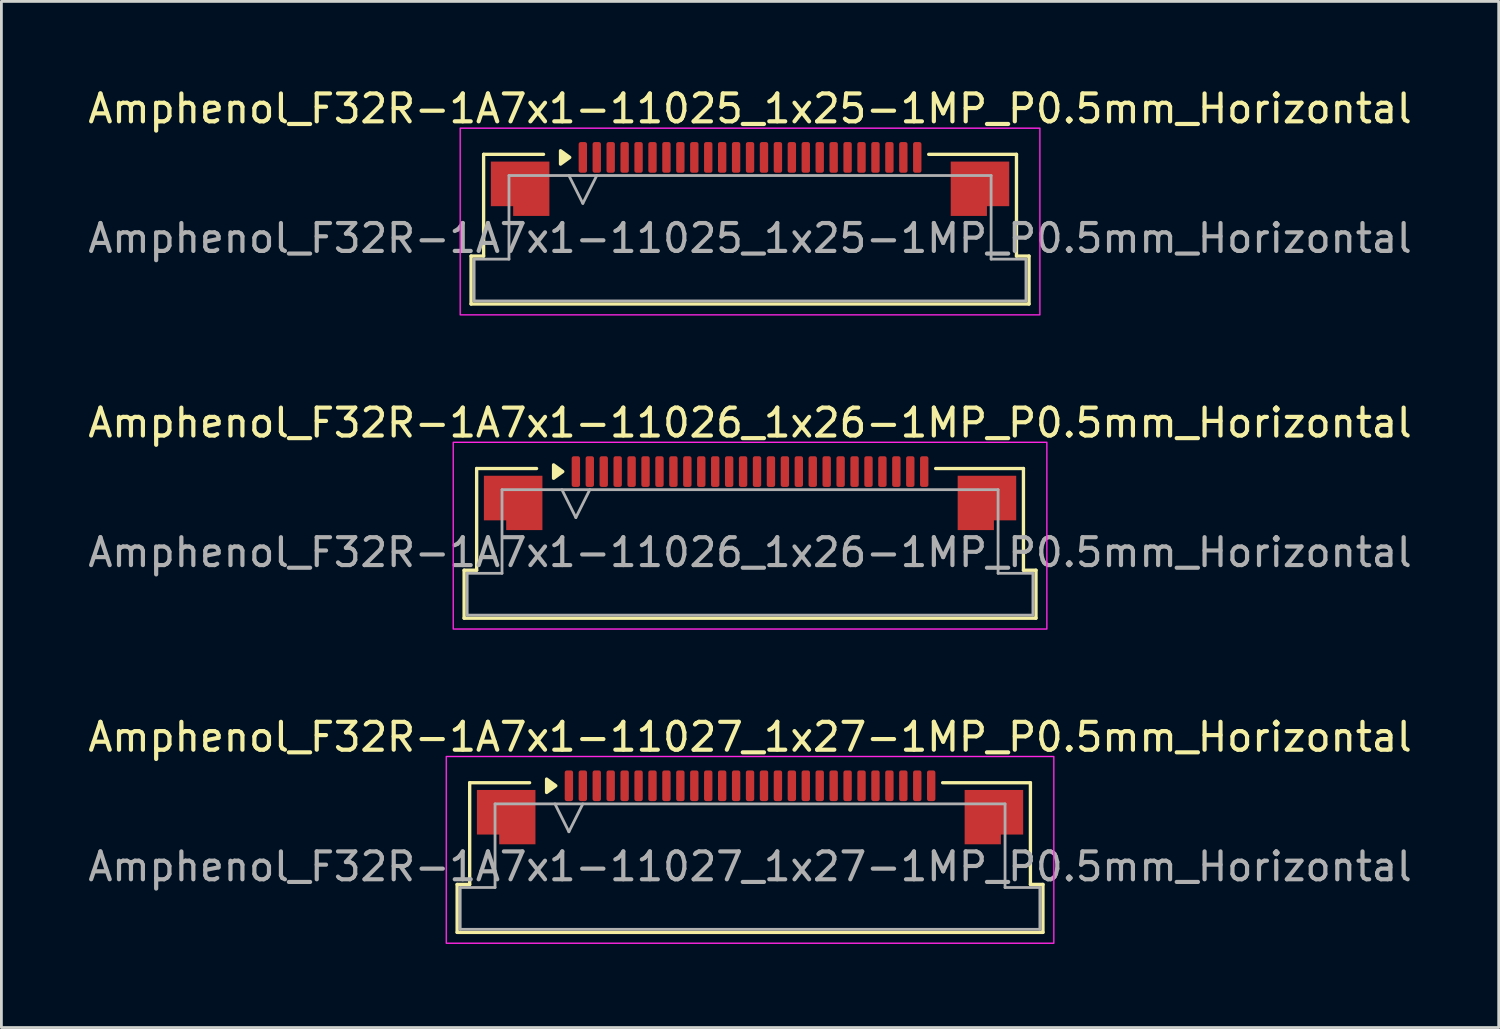
<source format=kicad_pcb>
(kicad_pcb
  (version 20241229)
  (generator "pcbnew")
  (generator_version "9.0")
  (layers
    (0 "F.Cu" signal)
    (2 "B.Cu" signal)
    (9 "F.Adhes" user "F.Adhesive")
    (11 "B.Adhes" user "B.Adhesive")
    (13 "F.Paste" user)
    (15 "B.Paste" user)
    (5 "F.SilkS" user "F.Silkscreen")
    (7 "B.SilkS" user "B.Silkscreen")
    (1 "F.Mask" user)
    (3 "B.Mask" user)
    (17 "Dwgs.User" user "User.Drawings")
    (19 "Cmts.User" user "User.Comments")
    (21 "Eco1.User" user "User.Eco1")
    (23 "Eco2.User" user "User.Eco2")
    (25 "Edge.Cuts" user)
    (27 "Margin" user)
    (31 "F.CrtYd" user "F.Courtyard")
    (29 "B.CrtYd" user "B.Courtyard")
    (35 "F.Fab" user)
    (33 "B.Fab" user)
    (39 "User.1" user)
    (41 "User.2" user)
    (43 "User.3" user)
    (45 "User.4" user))
  (footprint "Amphenol_F32R-1A7x1-11025_1x25-1MP_P0.5mm_Horizontal"
    (layer "F.Cu")
    (at 23.863 5.498)
    (property "Reference" "Amphenol_F32R-1A7x1-11025_1x25-1MP_P0.5mm_Horizontal" (at 0 -4.65 0) (layer "F.SilkS") (effects (font (size 1 1) (thickness 0.15))))
    (attr smd)
    (fp_line (start -10.01 0.64) (end -9.56 0.64) (stroke (width 0.12) (type solid)) (layer "F.SilkS"))
    (fp_line (start -10.01 2.36) (end -10.01 0.64) (stroke (width 0.12) (type solid)) (layer "F.SilkS"))
    (fp_line (start -9.56 -3.01) (end -7.41 -3.01) (stroke (width 0.12) (type solid)) (layer "F.SilkS"))
    (fp_line (start -9.56 0.64) (end -9.56 -3.01) (stroke (width 0.12) (type solid)) (layer "F.SilkS"))
    (fp_line (start 6.41 -3.01) (end 9.56 -3.01) (stroke (width 0.12) (type solid)) (layer "F.SilkS"))
    (fp_line (start 9.56 -3.01) (end 9.56 0.64) (stroke (width 0.12) (type solid)) (layer "F.SilkS"))
    (fp_line (start 9.56 0.64) (end 10.01 0.64) (stroke (width 0.12) (type solid)) (layer "F.SilkS"))
    (fp_line (start 10.01 0.64) (end 10.01 2.36) (stroke (width 0.12) (type solid)) (layer "F.SilkS"))
    (fp_line (start 10.01 2.36) (end -10.01 2.36) (stroke (width 0.12) (type solid)) (layer "F.SilkS"))
    (fp_poly (pts (xy -6.47 -2.9) (xy -6.8 -2.66) (xy -6.8 -3.14)) (stroke (width 0.12) (type solid)) (fill yes) (layer "F.SilkS"))
    (fp_rect (start -10.4 -3.95) (end 10.4 2.75) (stroke (width 0.05) (type solid)) (fill no) (layer "F.CrtYd"))
    (fp_line (start -9.9 0.75) (end -8.65 0.75) (stroke (width 0.1) (type solid)) (layer "F.Fab"))
    (fp_line (start -9.9 2.25) (end -9.9 0.75) (stroke (width 0.1) (type solid)) (layer "F.Fab"))
    (fp_line (start -8.65 -2.25) (end 8.65 -2.25) (stroke (width 0.1) (type solid)) (layer "F.Fab"))
    (fp_line (start -8.65 0.75) (end -8.65 -2.25) (stroke (width 0.1) (type solid)) (layer "F.Fab"))
    (fp_line (start -6.5 -2.25) (end -6 -1.25) (stroke (width 0.1) (type solid)) (layer "F.Fab"))
    (fp_line (start -6 -1.25) (end -5.5 -2.25) (stroke (width 0.1) (type solid)) (layer "F.Fab"))
    (fp_line (start 8.65 -2.25) (end 8.65 0.75) (stroke (width 0.1) (type solid)) (layer "F.Fab"))
    (fp_line (start 8.65 0.75) (end 9.9 0.75) (stroke (width 0.1) (type solid)) (layer "F.Fab"))
    (fp_line (start 9.9 0.75) (end 9.9 2.25) (stroke (width 0.1) (type solid)) (layer "F.Fab"))
    (fp_line (start 9.9 2.25) (end -9.9 2.25) (stroke (width 0.1) (type solid)) (layer "F.Fab"))
    (fp_text user "${REFERENCE}" (at 0 0 0) (layer "F.Fab") (effects (font (size 1 1) (thickness 0.15))))
    (pad "1" smd roundrect (at -6 -2.9) (size 0.3 1.1) (layers "F.Cu" "F.Mask" "F.Paste") (roundrect_rratio 0.25))
    (pad "2" smd roundrect (at -5.5 -2.9) (size 0.3 1.1) (layers "F.Cu" "F.Mask" "F.Paste") (roundrect_rratio 0.25))
    (pad "3" smd roundrect (at -5 -2.9) (size 0.3 1.1) (layers "F.Cu" "F.Mask" "F.Paste") (roundrect_rratio 0.25))
    (pad "4" smd roundrect (at -4.5 -2.9) (size 0.3 1.1) (layers "F.Cu" "F.Mask" "F.Paste") (roundrect_rratio 0.25))
    (pad "5" smd roundrect (at -4 -2.9) (size 0.3 1.1) (layers "F.Cu" "F.Mask" "F.Paste") (roundrect_rratio 0.25))
    (pad "6" smd roundrect (at -3.5 -2.9) (size 0.3 1.1) (layers "F.Cu" "F.Mask" "F.Paste") (roundrect_rratio 0.25))
    (pad "7" smd roundrect (at -3 -2.9) (size 0.3 1.1) (layers "F.Cu" "F.Mask" "F.Paste") (roundrect_rratio 0.25))
    (pad "8" smd roundrect (at -2.5 -2.9) (size 0.3 1.1) (layers "F.Cu" "F.Mask" "F.Paste") (roundrect_rratio 0.25))
    (pad "9" smd roundrect (at -2 -2.9) (size 0.3 1.1) (layers "F.Cu" "F.Mask" "F.Paste") (roundrect_rratio 0.25))
    (pad "10" smd roundrect (at -1.5 -2.9) (size 0.3 1.1) (layers "F.Cu" "F.Mask" "F.Paste") (roundrect_rratio 0.25))
    (pad "11" smd roundrect (at -1 -2.9) (size 0.3 1.1) (layers "F.Cu" "F.Mask" "F.Paste") (roundrect_rratio 0.25))
    (pad "12" smd roundrect (at -0.5 -2.9) (size 0.3 1.1) (layers "F.Cu" "F.Mask" "F.Paste") (roundrect_rratio 0.25))
    (pad "13" smd roundrect (at 0 -2.9) (size 0.3 1.1) (layers "F.Cu" "F.Mask" "F.Paste") (roundrect_rratio 0.25))
    (pad "14" smd roundrect (at 0.5 -2.9) (size 0.3 1.1) (layers "F.Cu" "F.Mask" "F.Paste") (roundrect_rratio 0.25))
    (pad "15" smd roundrect (at 1 -2.9) (size 0.3 1.1) (layers "F.Cu" "F.Mask" "F.Paste") (roundrect_rratio 0.25))
    (pad "16" smd roundrect (at 1.5 -2.9) (size 0.3 1.1) (layers "F.Cu" "F.Mask" "F.Paste") (roundrect_rratio 0.25))
    (pad "17" smd roundrect (at 2 -2.9) (size 0.3 1.1) (layers "F.Cu" "F.Mask" "F.Paste") (roundrect_rratio 0.25))
    (pad "18" smd roundrect (at 2.5 -2.9) (size 0.3 1.1) (layers "F.Cu" "F.Mask" "F.Paste") (roundrect_rratio 0.25))
    (pad "19" smd roundrect (at 3 -2.9) (size 0.3 1.1) (layers "F.Cu" "F.Mask" "F.Paste") (roundrect_rratio 0.25))
    (pad "20" smd roundrect (at 3.5 -2.9) (size 0.3 1.1) (layers "F.Cu" "F.Mask" "F.Paste") (roundrect_rratio 0.25))
    (pad "21" smd roundrect (at 4 -2.9) (size 0.3 1.1) (layers "F.Cu" "F.Mask" "F.Paste") (roundrect_rratio 0.25))
    (pad "22" smd roundrect (at 4.5 -2.9) (size 0.3 1.1) (layers "F.Cu" "F.Mask" "F.Paste") (roundrect_rratio 0.25))
    (pad "23" smd roundrect (at 5 -2.9) (size 0.3 1.1) (layers "F.Cu" "F.Mask" "F.Paste") (roundrect_rratio 0.25))
    (pad "24" smd roundrect (at 5.5 -2.9) (size 0.3 1.1) (layers "F.Cu" "F.Mask" "F.Paste") (roundrect_rratio 0.25))
    (pad "25" smd roundrect (at 6 -2.9) (size 0.3 1.1) (layers "F.Cu" "F.Mask" "F.Paste") (roundrect_rratio 0.25))
    (pad "MP" smd custom (at -8.25 -1.775) (size 1 1) (layers "F.Cu" "F.Mask" "F.Paste") (options (anchor circle)) (primitives (gr_poly (pts (xy 1.05 -0.975) (xy 1.05 0.975) (xy -0.25 0.975) (xy -0.25 0.625) (xy -1.05 0.625) (xy -1.05 -0.975)) (width 0) (fill yes))))
    (pad "MP" smd custom (at 8.25 -1.775) (size 1 1) (layers "F.Cu" "F.Mask" "F.Paste") (options (anchor circle)) (primitives (gr_poly (pts (xy -1.05 -0.975) (xy -1.05 0.975) (xy 0.25 0.975) (xy 0.25 0.625) (xy 1.05 0.625) (xy 1.05 -0.975)) (width 0) (fill yes)))))
  (footprint "Amphenol_F32R-1A7x1-11026_1x26-1MP_P0.5mm_Horizontal"
    (layer "F.Cu")
    (at 23.863 16.771)
    (property "Reference" "Amphenol_F32R-1A7x1-11026_1x26-1MP_P0.5mm_Horizontal" (at 0 -4.65 0) (layer "F.SilkS") (effects (font (size 1 1) (thickness 0.15))))
    (attr smd)
    (fp_line (start -10.26 0.64) (end -9.81 0.64) (stroke (width 0.12) (type solid)) (layer "F.SilkS"))
    (fp_line (start -10.26 2.36) (end -10.26 0.64) (stroke (width 0.12) (type solid)) (layer "F.SilkS"))
    (fp_line (start -9.81 -3.01) (end -7.66 -3.01) (stroke (width 0.12) (type solid)) (layer "F.SilkS"))
    (fp_line (start -9.81 0.64) (end -9.81 -3.01) (stroke (width 0.12) (type solid)) (layer "F.SilkS"))
    (fp_line (start 6.66 -3.01) (end 9.81 -3.01) (stroke (width 0.12) (type solid)) (layer "F.SilkS"))
    (fp_line (start 9.81 -3.01) (end 9.81 0.64) (stroke (width 0.12) (type solid)) (layer "F.SilkS"))
    (fp_line (start 9.81 0.64) (end 10.26 0.64) (stroke (width 0.12) (type solid)) (layer "F.SilkS"))
    (fp_line (start 10.26 0.64) (end 10.26 2.36) (stroke (width 0.12) (type solid)) (layer "F.SilkS"))
    (fp_line (start 10.26 2.36) (end -10.26 2.36) (stroke (width 0.12) (type solid)) (layer "F.SilkS"))
    (fp_poly (pts (xy -6.72 -2.9) (xy -7.05 -2.66) (xy -7.05 -3.14)) (stroke (width 0.12) (type solid)) (fill yes) (layer "F.SilkS"))
    (fp_rect (start -10.65 -3.95) (end 10.65 2.75) (stroke (width 0.05) (type solid)) (fill no) (layer "F.CrtYd"))
    (fp_line (start -10.15 0.75) (end -8.9 0.75) (stroke (width 0.1) (type solid)) (layer "F.Fab"))
    (fp_line (start -10.15 2.25) (end -10.15 0.75) (stroke (width 0.1) (type solid)) (layer "F.Fab"))
    (fp_line (start -8.9 -2.25) (end 8.9 -2.25) (stroke (width 0.1) (type solid)) (layer "F.Fab"))
    (fp_line (start -8.9 0.75) (end -8.9 -2.25) (stroke (width 0.1) (type solid)) (layer "F.Fab"))
    (fp_line (start -6.75 -2.25) (end -6.25 -1.25) (stroke (width 0.1) (type solid)) (layer "F.Fab"))
    (fp_line (start -6.25 -1.25) (end -5.75 -2.25) (stroke (width 0.1) (type solid)) (layer "F.Fab"))
    (fp_line (start 8.9 -2.25) (end 8.9 0.75) (stroke (width 0.1) (type solid)) (layer "F.Fab"))
    (fp_line (start 8.9 0.75) (end 10.15 0.75) (stroke (width 0.1) (type solid)) (layer "F.Fab"))
    (fp_line (start 10.15 0.75) (end 10.15 2.25) (stroke (width 0.1) (type solid)) (layer "F.Fab"))
    (fp_line (start 10.15 2.25) (end -10.15 2.25) (stroke (width 0.1) (type solid)) (layer "F.Fab"))
    (fp_text user "${REFERENCE}" (at 0 0 0) (layer "F.Fab") (effects (font (size 1 1) (thickness 0.15))))
    (pad "1" smd roundrect (at -6.25 -2.9) (size 0.3 1.1) (layers "F.Cu" "F.Mask" "F.Paste") (roundrect_rratio 0.25))
    (pad "2" smd roundrect (at -5.75 -2.9) (size 0.3 1.1) (layers "F.Cu" "F.Mask" "F.Paste") (roundrect_rratio 0.25))
    (pad "3" smd roundrect (at -5.25 -2.9) (size 0.3 1.1) (layers "F.Cu" "F.Mask" "F.Paste") (roundrect_rratio 0.25))
    (pad "4" smd roundrect (at -4.75 -2.9) (size 0.3 1.1) (layers "F.Cu" "F.Mask" "F.Paste") (roundrect_rratio 0.25))
    (pad "5" smd roundrect (at -4.25 -2.9) (size 0.3 1.1) (layers "F.Cu" "F.Mask" "F.Paste") (roundrect_rratio 0.25))
    (pad "6" smd roundrect (at -3.75 -2.9) (size 0.3 1.1) (layers "F.Cu" "F.Mask" "F.Paste") (roundrect_rratio 0.25))
    (pad "7" smd roundrect (at -3.25 -2.9) (size 0.3 1.1) (layers "F.Cu" "F.Mask" "F.Paste") (roundrect_rratio 0.25))
    (pad "8" smd roundrect (at -2.75 -2.9) (size 0.3 1.1) (layers "F.Cu" "F.Mask" "F.Paste") (roundrect_rratio 0.25))
    (pad "9" smd roundrect (at -2.25 -2.9) (size 0.3 1.1) (layers "F.Cu" "F.Mask" "F.Paste") (roundrect_rratio 0.25))
    (pad "10" smd roundrect (at -1.75 -2.9) (size 0.3 1.1) (layers "F.Cu" "F.Mask" "F.Paste") (roundrect_rratio 0.25))
    (pad "11" smd roundrect (at -1.25 -2.9) (size 0.3 1.1) (layers "F.Cu" "F.Mask" "F.Paste") (roundrect_rratio 0.25))
    (pad "12" smd roundrect (at -0.75 -2.9) (size 0.3 1.1) (layers "F.Cu" "F.Mask" "F.Paste") (roundrect_rratio 0.25))
    (pad "13" smd roundrect (at -0.25 -2.9) (size 0.3 1.1) (layers "F.Cu" "F.Mask" "F.Paste") (roundrect_rratio 0.25))
    (pad "14" smd roundrect (at 0.25 -2.9) (size 0.3 1.1) (layers "F.Cu" "F.Mask" "F.Paste") (roundrect_rratio 0.25))
    (pad "15" smd roundrect (at 0.75 -2.9) (size 0.3 1.1) (layers "F.Cu" "F.Mask" "F.Paste") (roundrect_rratio 0.25))
    (pad "16" smd roundrect (at 1.25 -2.9) (size 0.3 1.1) (layers "F.Cu" "F.Mask" "F.Paste") (roundrect_rratio 0.25))
    (pad "17" smd roundrect (at 1.75 -2.9) (size 0.3 1.1) (layers "F.Cu" "F.Mask" "F.Paste") (roundrect_rratio 0.25))
    (pad "18" smd roundrect (at 2.25 -2.9) (size 0.3 1.1) (layers "F.Cu" "F.Mask" "F.Paste") (roundrect_rratio 0.25))
    (pad "19" smd roundrect (at 2.75 -2.9) (size 0.3 1.1) (layers "F.Cu" "F.Mask" "F.Paste") (roundrect_rratio 0.25))
    (pad "20" smd roundrect (at 3.25 -2.9) (size 0.3 1.1) (layers "F.Cu" "F.Mask" "F.Paste") (roundrect_rratio 0.25))
    (pad "21" smd roundrect (at 3.75 -2.9) (size 0.3 1.1) (layers "F.Cu" "F.Mask" "F.Paste") (roundrect_rratio 0.25))
    (pad "22" smd roundrect (at 4.25 -2.9) (size 0.3 1.1) (layers "F.Cu" "F.Mask" "F.Paste") (roundrect_rratio 0.25))
    (pad "23" smd roundrect (at 4.75 -2.9) (size 0.3 1.1) (layers "F.Cu" "F.Mask" "F.Paste") (roundrect_rratio 0.25))
    (pad "24" smd roundrect (at 5.25 -2.9) (size 0.3 1.1) (layers "F.Cu" "F.Mask" "F.Paste") (roundrect_rratio 0.25))
    (pad "25" smd roundrect (at 5.75 -2.9) (size 0.3 1.1) (layers "F.Cu" "F.Mask" "F.Paste") (roundrect_rratio 0.25))
    (pad "26" smd roundrect (at 6.25 -2.9) (size 0.3 1.1) (layers "F.Cu" "F.Mask" "F.Paste") (roundrect_rratio 0.25))
    (pad "MP" smd custom (at -8.5 -1.775) (size 1 1) (layers "F.Cu" "F.Mask" "F.Paste") (options (anchor circle)) (primitives (gr_poly (pts (xy 1.05 -0.975) (xy 1.05 0.975) (xy -0.25 0.975) (xy -0.25 0.625) (xy -1.05 0.625) (xy -1.05 -0.975)) (width 0) (fill yes))))
    (pad "MP" smd custom (at 8.5 -1.775) (size 1 1) (layers "F.Cu" "F.Mask" "F.Paste") (options (anchor circle)) (primitives (gr_poly (pts (xy -1.05 -0.975) (xy -1.05 0.975) (xy 0.25 0.975) (xy 0.25 0.625) (xy 1.05 0.625) (xy 1.05 -0.975)) (width 0) (fill yes)))))
  (footprint "Amphenol_F32R-1A7x1-11027_1x27-1MP_P0.5mm_Horizontal"
    (layer "F.Cu")
    (at 23.863 28.045)
    (property "Reference" "Amphenol_F32R-1A7x1-11027_1x27-1MP_P0.5mm_Horizontal" (at 0 -4.65 0) (layer "F.SilkS") (effects (font (size 1 1) (thickness 0.15))))
    (attr smd)
    (fp_line (start -10.51 0.64) (end -10.06 0.64) (stroke (width 0.12) (type solid)) (layer "F.SilkS"))
    (fp_line (start -10.51 2.36) (end -10.51 0.64) (stroke (width 0.12) (type solid)) (layer "F.SilkS"))
    (fp_line (start -10.06 -3.01) (end -7.91 -3.01) (stroke (width 0.12) (type solid)) (layer "F.SilkS"))
    (fp_line (start -10.06 0.64) (end -10.06 -3.01) (stroke (width 0.12) (type solid)) (layer "F.SilkS"))
    (fp_line (start 6.91 -3.01) (end 10.06 -3.01) (stroke (width 0.12) (type solid)) (layer "F.SilkS"))
    (fp_line (start 10.06 -3.01) (end 10.06 0.64) (stroke (width 0.12) (type solid)) (layer "F.SilkS"))
    (fp_line (start 10.06 0.64) (end 10.51 0.64) (stroke (width 0.12) (type solid)) (layer "F.SilkS"))
    (fp_line (start 10.51 0.64) (end 10.51 2.36) (stroke (width 0.12) (type solid)) (layer "F.SilkS"))
    (fp_line (start 10.51 2.36) (end -10.51 2.36) (stroke (width 0.12) (type solid)) (layer "F.SilkS"))
    (fp_poly (pts (xy -6.97 -2.9) (xy -7.3 -2.66) (xy -7.3 -3.14)) (stroke (width 0.12) (type solid)) (fill yes) (layer "F.SilkS"))
    (fp_rect (start -10.9 -3.95) (end 10.9 2.75) (stroke (width 0.05) (type solid)) (fill no) (layer "F.CrtYd"))
    (fp_line (start -10.4 0.75) (end -9.15 0.75) (stroke (width 0.1) (type solid)) (layer "F.Fab"))
    (fp_line (start -10.4 2.25) (end -10.4 0.75) (stroke (width 0.1) (type solid)) (layer "F.Fab"))
    (fp_line (start -9.15 -2.25) (end 9.15 -2.25) (stroke (width 0.1) (type solid)) (layer "F.Fab"))
    (fp_line (start -9.15 0.75) (end -9.15 -2.25) (stroke (width 0.1) (type solid)) (layer "F.Fab"))
    (fp_line (start -7 -2.25) (end -6.5 -1.25) (stroke (width 0.1) (type solid)) (layer "F.Fab"))
    (fp_line (start -6.5 -1.25) (end -6 -2.25) (stroke (width 0.1) (type solid)) (layer "F.Fab"))
    (fp_line (start 9.15 -2.25) (end 9.15 0.75) (stroke (width 0.1) (type solid)) (layer "F.Fab"))
    (fp_line (start 9.15 0.75) (end 10.4 0.75) (stroke (width 0.1) (type solid)) (layer "F.Fab"))
    (fp_line (start 10.4 0.75) (end 10.4 2.25) (stroke (width 0.1) (type solid)) (layer "F.Fab"))
    (fp_line (start 10.4 2.25) (end -10.4 2.25) (stroke (width 0.1) (type solid)) (layer "F.Fab"))
    (fp_text user "${REFERENCE}" (at 0 0 0) (layer "F.Fab") (effects (font (size 1 1) (thickness 0.15))))
    (pad "1" smd roundrect (at -6.5 -2.9) (size 0.3 1.1) (layers "F.Cu" "F.Mask" "F.Paste") (roundrect_rratio 0.25))
    (pad "2" smd roundrect (at -6 -2.9) (size 0.3 1.1) (layers "F.Cu" "F.Mask" "F.Paste") (roundrect_rratio 0.25))
    (pad "3" smd roundrect (at -5.5 -2.9) (size 0.3 1.1) (layers "F.Cu" "F.Mask" "F.Paste") (roundrect_rratio 0.25))
    (pad "4" smd roundrect (at -5 -2.9) (size 0.3 1.1) (layers "F.Cu" "F.Mask" "F.Paste") (roundrect_rratio 0.25))
    (pad "5" smd roundrect (at -4.5 -2.9) (size 0.3 1.1) (layers "F.Cu" "F.Mask" "F.Paste") (roundrect_rratio 0.25))
    (pad "6" smd roundrect (at -4 -2.9) (size 0.3 1.1) (layers "F.Cu" "F.Mask" "F.Paste") (roundrect_rratio 0.25))
    (pad "7" smd roundrect (at -3.5 -2.9) (size 0.3 1.1) (layers "F.Cu" "F.Mask" "F.Paste") (roundrect_rratio 0.25))
    (pad "8" smd roundrect (at -3 -2.9) (size 0.3 1.1) (layers "F.Cu" "F.Mask" "F.Paste") (roundrect_rratio 0.25))
    (pad "9" smd roundrect (at -2.5 -2.9) (size 0.3 1.1) (layers "F.Cu" "F.Mask" "F.Paste") (roundrect_rratio 0.25))
    (pad "10" smd roundrect (at -2 -2.9) (size 0.3 1.1) (layers "F.Cu" "F.Mask" "F.Paste") (roundrect_rratio 0.25))
    (pad "11" smd roundrect (at -1.5 -2.9) (size 0.3 1.1) (layers "F.Cu" "F.Mask" "F.Paste") (roundrect_rratio 0.25))
    (pad "12" smd roundrect (at -1 -2.9) (size 0.3 1.1) (layers "F.Cu" "F.Mask" "F.Paste") (roundrect_rratio 0.25))
    (pad "13" smd roundrect (at -0.5 -2.9) (size 0.3 1.1) (layers "F.Cu" "F.Mask" "F.Paste") (roundrect_rratio 0.25))
    (pad "14" smd roundrect (at 0 -2.9) (size 0.3 1.1) (layers "F.Cu" "F.Mask" "F.Paste") (roundrect_rratio 0.25))
    (pad "15" smd roundrect (at 0.5 -2.9) (size 0.3 1.1) (layers "F.Cu" "F.Mask" "F.Paste") (roundrect_rratio 0.25))
    (pad "16" smd roundrect (at 1 -2.9) (size 0.3 1.1) (layers "F.Cu" "F.Mask" "F.Paste") (roundrect_rratio 0.25))
    (pad "17" smd roundrect (at 1.5 -2.9) (size 0.3 1.1) (layers "F.Cu" "F.Mask" "F.Paste") (roundrect_rratio 0.25))
    (pad "18" smd roundrect (at 2 -2.9) (size 0.3 1.1) (layers "F.Cu" "F.Mask" "F.Paste") (roundrect_rratio 0.25))
    (pad "19" smd roundrect (at 2.5 -2.9) (size 0.3 1.1) (layers "F.Cu" "F.Mask" "F.Paste") (roundrect_rratio 0.25))
    (pad "20" smd roundrect (at 3 -2.9) (size 0.3 1.1) (layers "F.Cu" "F.Mask" "F.Paste") (roundrect_rratio 0.25))
    (pad "21" smd roundrect (at 3.5 -2.9) (size 0.3 1.1) (layers "F.Cu" "F.Mask" "F.Paste") (roundrect_rratio 0.25))
    (pad "22" smd roundrect (at 4 -2.9) (size 0.3 1.1) (layers "F.Cu" "F.Mask" "F.Paste") (roundrect_rratio 0.25))
    (pad "23" smd roundrect (at 4.5 -2.9) (size 0.3 1.1) (layers "F.Cu" "F.Mask" "F.Paste") (roundrect_rratio 0.25))
    (pad "24" smd roundrect (at 5 -2.9) (size 0.3 1.1) (layers "F.Cu" "F.Mask" "F.Paste") (roundrect_rratio 0.25))
    (pad "25" smd roundrect (at 5.5 -2.9) (size 0.3 1.1) (layers "F.Cu" "F.Mask" "F.Paste") (roundrect_rratio 0.25))
    (pad "26" smd roundrect (at 6 -2.9) (size 0.3 1.1) (layers "F.Cu" "F.Mask" "F.Paste") (roundrect_rratio 0.25))
    (pad "27" smd roundrect (at 6.5 -2.9) (size 0.3 1.1) (layers "F.Cu" "F.Mask" "F.Paste") (roundrect_rratio 0.25))
    (pad "MP" smd custom (at -8.75 -1.775) (size 1 1) (layers "F.Cu" "F.Mask" "F.Paste") (options (anchor circle)) (primitives (gr_poly (pts (xy 1.05 -0.975) (xy 1.05 0.975) (xy -0.25 0.975) (xy -0.25 0.625) (xy -1.05 0.625) (xy -1.05 -0.975)) (width 0) (fill yes))))
    (pad "MP" smd custom (at 8.75 -1.775) (size 1 1) (layers "F.Cu" "F.Mask" "F.Paste") (options (anchor circle)) (primitives (gr_poly (pts (xy -1.05 -0.975) (xy -1.05 0.975) (xy 0.25 0.975) (xy 0.25 0.625) (xy 1.05 0.625) (xy 1.05 -0.975)) (width 0) (fill yes)))))
  (gr_rect
    (start -3 -3)
    (end 50.726 33.82)
    (stroke (width 0.1) (type default))
    (fill no)
    (layer "Edge.Cuts")))
</source>
